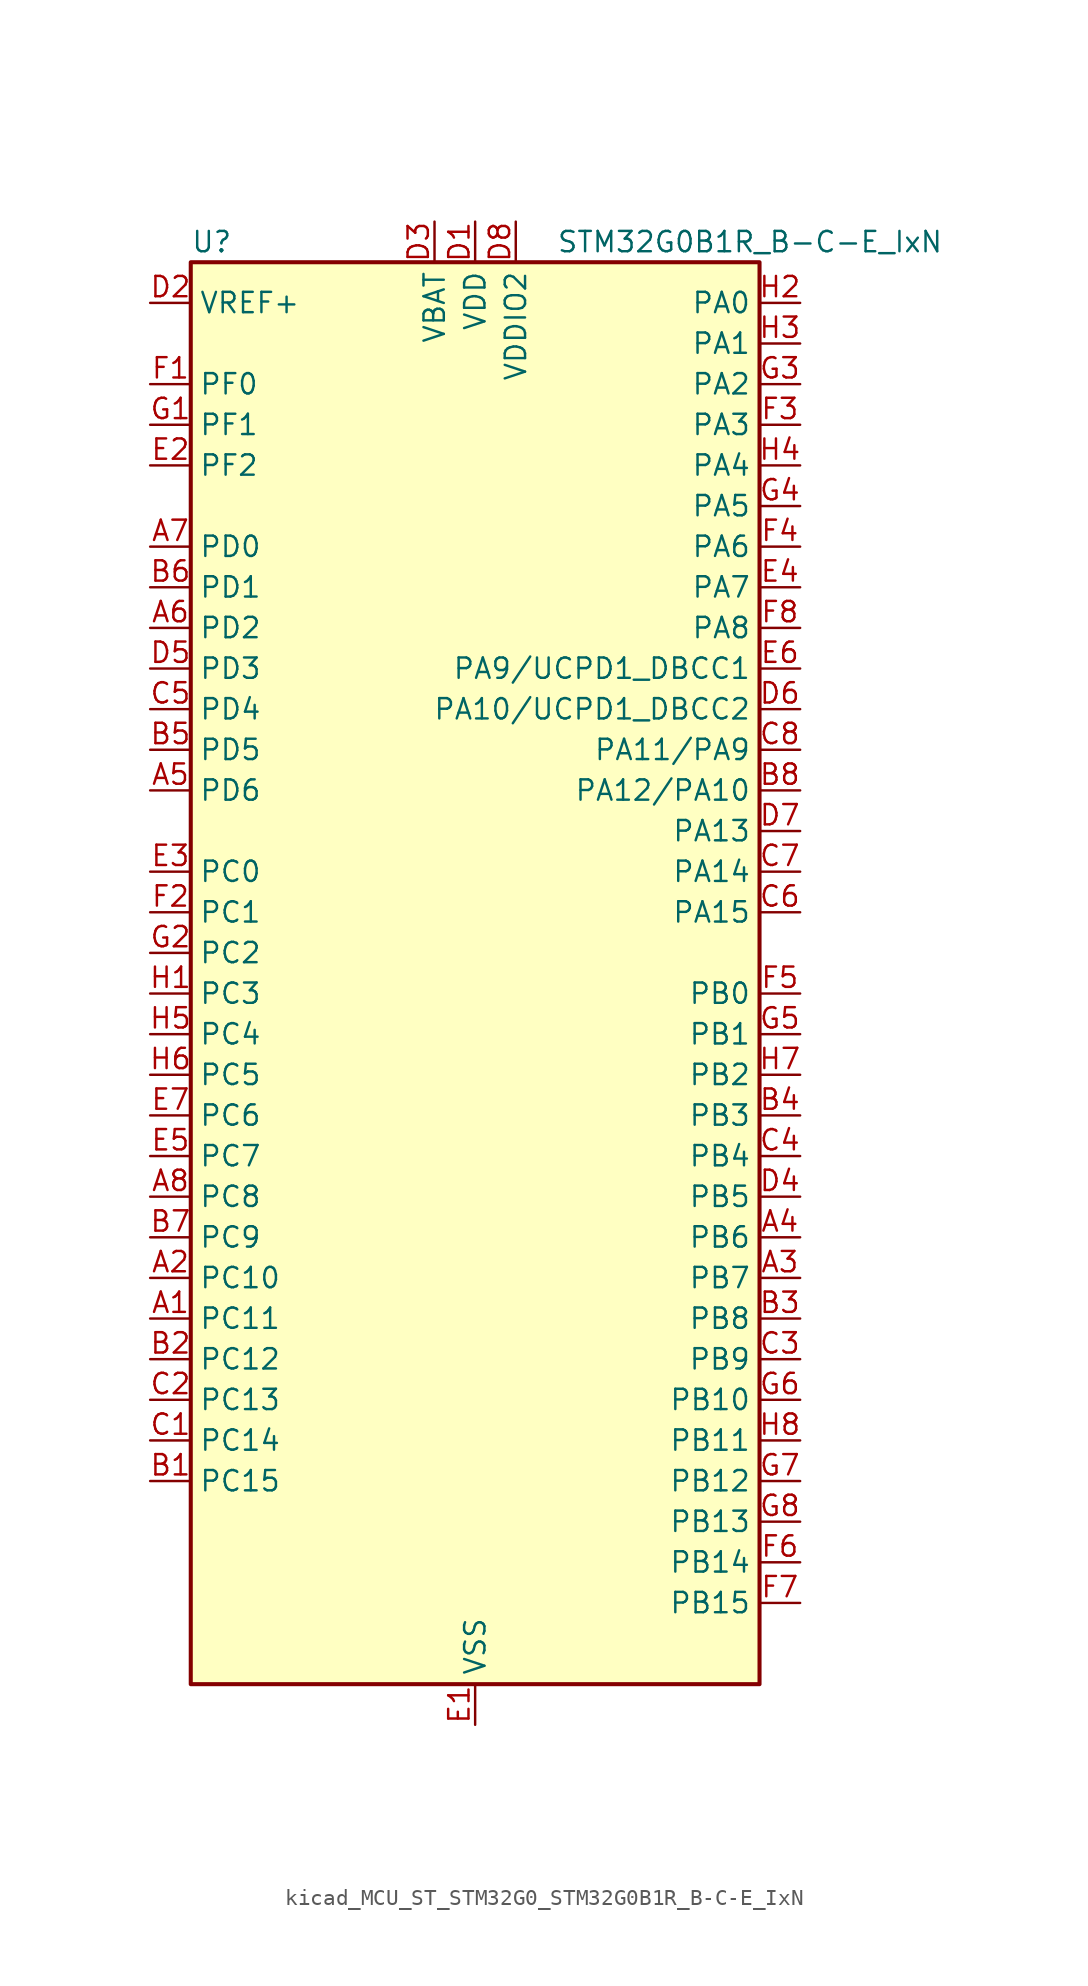
<source format=kicad_sym>
(kicad_symbol_lib
  (version 20220914)
  (generator kicad_symbol_editor)
  (symbol "kicad_MCU_ST_STM32G0_STM32G0B1R_B-C-E_IxN"
    (property "Reference" "U"
      (at -17.78 46.99 0)
      (effects (font (size 1.27 1.27)) (justify left)))
    (property "Value" "STM32G0B1R_B-C-E_IxN"
      (at 5.08 46.99 0)
      (effects (font (size 1.27 1.27)) (justify left)))
    (property "ki_locked" ""
      (at 0 0 0)
      (effects (font (size 1.27 1.27))))
    (symbol "kicad_MCU_ST_STM32G0_STM32G0B1R_B-C-E_IxN_0_1"
      (rectangle (start -17.78 -43.18) (end 17.78 45.72) (stroke (width 0.254) (type default)) (fill (type background))))
    (symbol "kicad_MCU_ST_STM32G0_STM32G0B1R_B-C-E_IxN_1_1"
      (pin bidirectional line (at -20.32 -20.32 0) (length 2.54) (name "PC11" (effects (font (size 1.27 1.27)))) (number "A1" (effects (font (size 1.27 1.27)))) (alternate "ADC1_EXTI11" bidirectional line) (alternate "SPI3_MISO" bidirectional line) (alternate "TIM1_CH4" bidirectional line) (alternate "USART3_RX" bidirectional line) (alternate "USART4_RX" bidirectional line))
      (pin bidirectional line (at -20.32 -17.78 0) (length 2.54) (name "PC10" (effects (font (size 1.27 1.27)))) (number "A2" (effects (font (size 1.27 1.27)))) (alternate "SPI3_SCK" bidirectional line) (alternate "TIM1_CH3" bidirectional line) (alternate "USART3_TX" bidirectional line) (alternate "USART4_TX" bidirectional line))
      (pin bidirectional line (at 20.32 -17.78 180) (length 2.54) (name "PB7" (effects (font (size 1.27 1.27)))) (number "A3" (effects (font (size 1.27 1.27)))) (alternate "COMP2_INM" bidirectional line) (alternate "I2C1_SDA" bidirectional line) (alternate "I2S2_SD" bidirectional line) (alternate "LPTIM1_IN2" bidirectional line) (alternate "LPUART2_RX" bidirectional line) (alternate "SPI2_MOSI" bidirectional line) (alternate "SYS_PVD_IN" bidirectional line) (alternate "TIM17_CH1N" bidirectional line) (alternate "TIM4_CH2" bidirectional line) (alternate "USART1_RX" bidirectional line) (alternate "USART4_CTS" bidirectional line) (alternate "USART4_NSS" bidirectional line))
      (pin bidirectional line (at 20.32 -15.24 180) (length 2.54) (name "PB6" (effects (font (size 1.27 1.27)))) (number "A4" (effects (font (size 1.27 1.27)))) (alternate "COMP2_INP" bidirectional line) (alternate "FDCAN2_TX" bidirectional line) (alternate "I2C1_SCL" bidirectional line) (alternate "I2S2_MCK" bidirectional line) (alternate "LPTIM1_ETR" bidirectional line) (alternate "LPUART2_TX" bidirectional line) (alternate "SPI2_MISO" bidirectional line) (alternate "TIM16_CH1N" bidirectional line) (alternate "TIM1_CH3" bidirectional line) (alternate "TIM4_CH1" bidirectional line) (alternate "USART1_TX" bidirectional line) (alternate "USART5_CTS" bidirectional line) (alternate "USART5_NSS" bidirectional line))
      (pin bidirectional line (at -20.32 12.7 0) (length 2.54) (name "PD6" (effects (font (size 1.27 1.27)))) (number "A5" (effects (font (size 1.27 1.27)))) (alternate "I2S1_SD" bidirectional line) (alternate "LPTIM2_OUT" bidirectional line) (alternate "SPI1_MOSI" bidirectional line) (alternate "USART2_RX" bidirectional line))
      (pin bidirectional line (at -20.32 22.86 0) (length 2.54) (name "PD2" (effects (font (size 1.27 1.27)))) (number "A6" (effects (font (size 1.27 1.27)))) (alternate "TIM1_CH1N" bidirectional line) (alternate "TIM3_ETR" bidirectional line) (alternate "UCPD2_CC2" bidirectional line) (alternate "USART3_CK" bidirectional line) (alternate "USART3_DE" bidirectional line) (alternate "USART3_RTS" bidirectional line) (alternate "USART5_RX" bidirectional line))
      (pin bidirectional line (at -20.32 27.94 0) (length 2.54) (name "PD0" (effects (font (size 1.27 1.27)))) (number "A7" (effects (font (size 1.27 1.27)))) (alternate "FDCAN1_RX" bidirectional line) (alternate "I2S2_WS" bidirectional line) (alternate "SPI2_NSS" bidirectional line) (alternate "TIM16_CH1" bidirectional line) (alternate "UCPD2_CC1" bidirectional line))
      (pin bidirectional line (at -20.32 -12.7 0) (length 2.54) (name "PC8" (effects (font (size 1.27 1.27)))) (number "A8" (effects (font (size 1.27 1.27)))) (alternate "LPUART2_CTS" bidirectional line) (alternate "TIM1_CH1" bidirectional line) (alternate "TIM3_CH3" bidirectional line) (alternate "UCPD2_FRSTX1" bidirectional line) (alternate "UCPD2_FRSTX2" bidirectional line))
      (pin bidirectional line (at -20.32 -30.48 0) (length 2.54) (name "PC15" (effects (font (size 1.27 1.27)))) (number "B1" (effects (font (size 1.27 1.27)))) (alternate "RCC_OSC32_EN" bidirectional line) (alternate "RCC_OSC32_OUT" bidirectional line) (alternate "RCC_OSC_EN" bidirectional line) (alternate "TIM15_BK" bidirectional line))
      (pin bidirectional line (at -20.32 -22.86 0) (length 2.54) (name "PC12" (effects (font (size 1.27 1.27)))) (number "B2" (effects (font (size 1.27 1.27)))) (alternate "LPTIM1_IN1" bidirectional line) (alternate "SPI3_MOSI" bidirectional line) (alternate "TIM14_CH1" bidirectional line) (alternate "UCPD1_FRSTX1" bidirectional line) (alternate "UCPD1_FRSTX2" bidirectional line) (alternate "USART5_TX" bidirectional line))
      (pin bidirectional line (at 20.32 -20.32 180) (length 2.54) (name "PB8" (effects (font (size 1.27 1.27)))) (number "B3" (effects (font (size 1.27 1.27)))) (alternate "CEC" bidirectional line) (alternate "FDCAN1_RX" bidirectional line) (alternate "I2C1_SCL" bidirectional line) (alternate "I2S2_CK" bidirectional line) (alternate "SPI2_SCK" bidirectional line) (alternate "TIM15_BK" bidirectional line) (alternate "TIM16_CH1" bidirectional line) (alternate "TIM4_CH3" bidirectional line) (alternate "USART3_TX" bidirectional line) (alternate "USART6_TX" bidirectional line))
      (pin bidirectional line (at 20.32 -7.62 180) (length 2.54) (name "PB3" (effects (font (size 1.27 1.27)))) (number "B4" (effects (font (size 1.27 1.27)))) (alternate "COMP2_INM" bidirectional line) (alternate "I2C2_SCL" bidirectional line) (alternate "I2C3_SCL" bidirectional line) (alternate "I2S1_CK" bidirectional line) (alternate "SPI1_SCK" bidirectional line) (alternate "SPI3_SCK" bidirectional line) (alternate "TIM1_CH2" bidirectional line) (alternate "TIM2_CH2" bidirectional line) (alternate "USART1_CK" bidirectional line) (alternate "USART1_DE" bidirectional line) (alternate "USART1_RTS" bidirectional line) (alternate "USART5_TX" bidirectional line))
      (pin bidirectional line (at -20.32 15.24 0) (length 2.54) (name "PD5" (effects (font (size 1.27 1.27)))) (number "B5" (effects (font (size 1.27 1.27)))) (alternate "I2S1_MCK" bidirectional line) (alternate "SPI1_MISO" bidirectional line) (alternate "TIM1_BK" bidirectional line) (alternate "USART2_TX" bidirectional line) (alternate "USART5_CTS" bidirectional line) (alternate "USART5_NSS" bidirectional line))
      (pin bidirectional line (at -20.32 25.4 0) (length 2.54) (name "PD1" (effects (font (size 1.27 1.27)))) (number "B6" (effects (font (size 1.27 1.27)))) (alternate "FDCAN1_TX" bidirectional line) (alternate "I2S2_CK" bidirectional line) (alternate "SPI2_SCK" bidirectional line) (alternate "TIM17_CH1" bidirectional line) (alternate "UCPD2_DBCC1" bidirectional line))
      (pin bidirectional line (at -20.32 -15.24 0) (length 2.54) (name "PC9" (effects (font (size 1.27 1.27)))) (number "B7" (effects (font (size 1.27 1.27)))) (alternate "DAC1_EXTI9" bidirectional line) (alternate "I2S_CKIN" bidirectional line) (alternate "LPUART2_DE" bidirectional line) (alternate "LPUART2_RTS" bidirectional line) (alternate "TIM1_CH2" bidirectional line) (alternate "TIM3_CH4" bidirectional line) (alternate "USB_NOE" bidirectional line))
      (pin bidirectional line (at 20.32 12.7 180) (length 2.54) (name "PA12/PA10" (effects (font (size 1.27 1.27)))) (number "B8" (effects (font (size 1.27 1.27)))) (alternate "COMP2_OUT" bidirectional line) (alternate "FDCAN1_TX" bidirectional line) (alternate "I2C2_SDA" bidirectional line) (alternate "I2S1_SD" bidirectional line) (alternate "I2S_CKIN" bidirectional line) (alternate "SPI1_MOSI" bidirectional line) (alternate "TIM1_ETR" bidirectional line) (alternate "USART1_CK" bidirectional line) (alternate "USART1_DE" bidirectional line) (alternate "USART1_RTS" bidirectional line) (alternate "USB_DP" bidirectional line))
      (pin bidirectional line (at -20.32 -27.94 0) (length 2.54) (name "PC14" (effects (font (size 1.27 1.27)))) (number "C1" (effects (font (size 1.27 1.27)))) (alternate "RCC_OSC32_IN" bidirectional line) (alternate "TIM1_BK2" bidirectional line))
      (pin bidirectional line (at -20.32 -25.4 0) (length 2.54) (name "PC13" (effects (font (size 1.27 1.27)))) (number "C2" (effects (font (size 1.27 1.27)))) (alternate "RTC_OUT1" bidirectional line) (alternate "RTC_TAMP_IN1" bidirectional line) (alternate "RTC_TS" bidirectional line) (alternate "SYS_WKUP2" bidirectional line) (alternate "TIM1_BK" bidirectional line))
      (pin bidirectional line (at 20.32 -22.86 180) (length 2.54) (name "PB9" (effects (font (size 1.27 1.27)))) (number "C3" (effects (font (size 1.27 1.27)))) (alternate "DAC1_EXTI9" bidirectional line) (alternate "FDCAN1_TX" bidirectional line) (alternate "I2C1_SDA" bidirectional line) (alternate "I2S2_WS" bidirectional line) (alternate "IR_OUT" bidirectional line) (alternate "SPI2_NSS" bidirectional line) (alternate "TIM17_CH1" bidirectional line) (alternate "TIM4_CH4" bidirectional line) (alternate "UCPD2_FRSTX1" bidirectional line) (alternate "UCPD2_FRSTX2" bidirectional line) (alternate "USART3_RX" bidirectional line) (alternate "USART6_RX" bidirectional line))
      (pin bidirectional line (at 20.32 -10.16 180) (length 2.54) (name "PB4" (effects (font (size 1.27 1.27)))) (number "C4" (effects (font (size 1.27 1.27)))) (alternate "COMP2_INP" bidirectional line) (alternate "I2C2_SDA" bidirectional line) (alternate "I2C3_SDA" bidirectional line) (alternate "I2S1_MCK" bidirectional line) (alternate "SPI1_MISO" bidirectional line) (alternate "SPI3_MISO" bidirectional line) (alternate "TIM17_BK" bidirectional line) (alternate "TIM3_CH1" bidirectional line) (alternate "USART1_CTS" bidirectional line) (alternate "USART1_NSS" bidirectional line) (alternate "USART5_RX" bidirectional line))
      (pin bidirectional line (at -20.32 17.78 0) (length 2.54) (name "PD4" (effects (font (size 1.27 1.27)))) (number "C5" (effects (font (size 1.27 1.27)))) (alternate "I2S2_SD" bidirectional line) (alternate "SPI2_MOSI" bidirectional line) (alternate "TIM1_CH3N" bidirectional line) (alternate "USART2_CK" bidirectional line) (alternate "USART2_DE" bidirectional line) (alternate "USART2_RTS" bidirectional line) (alternate "USART5_CK" bidirectional line) (alternate "USART5_DE" bidirectional line) (alternate "USART5_RTS" bidirectional line))
      (pin bidirectional line (at 20.32 5.08 180) (length 2.54) (name "PA15" (effects (font (size 1.27 1.27)))) (number "C6" (effects (font (size 1.27 1.27)))) (alternate "I2C2_SMBA" bidirectional line) (alternate "I2S1_WS" bidirectional line) (alternate "RCC_MCO_2" bidirectional line) (alternate "SPI1_NSS" bidirectional line) (alternate "SPI3_NSS" bidirectional line) (alternate "TIM2_CH1" bidirectional line) (alternate "TIM2_ETR" bidirectional line) (alternate "USART2_RX" bidirectional line) (alternate "USART3_CK" bidirectional line) (alternate "USART3_DE" bidirectional line) (alternate "USART3_RTS" bidirectional line) (alternate "USART4_CK" bidirectional line) (alternate "USART4_DE" bidirectional line) (alternate "USART4_RTS" bidirectional line) (alternate "USB_NOE" bidirectional line))
      (pin bidirectional line (at 20.32 7.62 180) (length 2.54) (name "PA14" (effects (font (size 1.27 1.27)))) (number "C7" (effects (font (size 1.27 1.27)))) (alternate "LPUART2_TX" bidirectional line) (alternate "SYS_SWCLK" bidirectional line) (alternate "USART2_TX" bidirectional line))
      (pin bidirectional line (at 20.32 15.24 180) (length 2.54) (name "PA11/PA9" (effects (font (size 1.27 1.27)))) (number "C8" (effects (font (size 1.27 1.27)))) (alternate "ADC1_EXTI11" bidirectional line) (alternate "COMP1_OUT" bidirectional line) (alternate "FDCAN1_RX" bidirectional line) (alternate "I2C2_SCL" bidirectional line) (alternate "I2S1_MCK" bidirectional line) (alternate "SPI1_MISO" bidirectional line) (alternate "TIM1_BK2" bidirectional line) (alternate "TIM1_CH4" bidirectional line) (alternate "USART1_CTS" bidirectional line) (alternate "USART1_NSS" bidirectional line) (alternate "USB_DM" bidirectional line))
      (pin power_in line (at 0 48.26 270) (length 2.54) (name "VDD" (effects (font (size 1.27 1.27)))) (number "D1" (effects (font (size 1.27 1.27)))))
      (pin input line (at -20.32 43.18 0) (length 2.54) (name "VREF+" (effects (font (size 1.27 1.27)))) (number "D2" (effects (font (size 1.27 1.27)))) (alternate "VREFBUF_OUT" bidirectional line))
      (pin power_in line (at -2.54 48.26 270) (length 2.54) (name "VBAT" (effects (font (size 1.27 1.27)))) (number "D3" (effects (font (size 1.27 1.27)))))
      (pin bidirectional line (at 20.32 -12.7 180) (length 2.54) (name "PB5" (effects (font (size 1.27 1.27)))) (number "D4" (effects (font (size 1.27 1.27)))) (alternate "COMP2_OUT" bidirectional line) (alternate "FDCAN2_RX" bidirectional line) (alternate "I2C1_SMBA" bidirectional line) (alternate "I2S1_SD" bidirectional line) (alternate "LPTIM1_IN1" bidirectional line) (alternate "SPI1_MOSI" bidirectional line) (alternate "SPI3_MOSI" bidirectional line) (alternate "SYS_WKUP6" bidirectional line) (alternate "TIM16_BK" bidirectional line) (alternate "TIM3_CH2" bidirectional line) (alternate "USART5_CK" bidirectional line) (alternate "USART5_DE" bidirectional line) (alternate "USART5_RTS" bidirectional line))
      (pin bidirectional line (at -20.32 20.32 0) (length 2.54) (name "PD3" (effects (font (size 1.27 1.27)))) (number "D5" (effects (font (size 1.27 1.27)))) (alternate "I2S2_MCK" bidirectional line) (alternate "SPI2_MISO" bidirectional line) (alternate "TIM1_CH2N" bidirectional line) (alternate "UCPD2_DBCC2" bidirectional line) (alternate "USART2_CTS" bidirectional line) (alternate "USART2_NSS" bidirectional line) (alternate "USART5_TX" bidirectional line))
      (pin bidirectional line (at 20.32 17.78 180) (length 2.54) (name "PA10/UCPD1_DBCC2" (effects (font (size 1.27 1.27)))) (number "D6" (effects (font (size 1.27 1.27)))) (alternate "I2C1_SDA" bidirectional line) (alternate "I2C2_SDA" bidirectional line) (alternate "I2S2_SD" bidirectional line) (alternate "RCC_MCO_2" bidirectional line) (alternate "SPI2_MOSI" bidirectional line) (alternate "TIM17_BK" bidirectional line) (alternate "TIM1_CH3" bidirectional line) (alternate "UCPD1_DBCC2" bidirectional line) (alternate "USART1_RX" bidirectional line))
      (pin bidirectional line (at 20.32 10.16 180) (length 2.54) (name "PA13" (effects (font (size 1.27 1.27)))) (number "D7" (effects (font (size 1.27 1.27)))) (alternate "IR_OUT" bidirectional line) (alternate "LPUART2_RX" bidirectional line) (alternate "SYS_SWDIO" bidirectional line) (alternate "USB_NOE" bidirectional line))
      (pin power_in line (at 2.54 48.26 270) (length 2.54) (name "VDDIO2" (effects (font (size 1.27 1.27)))) (number "D8" (effects (font (size 1.27 1.27)))))
      (pin power_in line (at 0 -45.72 90) (length 2.54) (name "VSS" (effects (font (size 1.27 1.27)))) (number "E1" (effects (font (size 1.27 1.27)))))
      (pin bidirectional line (at -20.32 33.02 0) (length 2.54) (name "PF2" (effects (font (size 1.27 1.27)))) (number "E2" (effects (font (size 1.27 1.27)))) (alternate "LPUART2_DE" bidirectional line) (alternate "LPUART2_RTS" bidirectional line) (alternate "LPUART2_TX" bidirectional line) (alternate "RCC_MCO" bidirectional line))
      (pin bidirectional line (at -20.32 7.62 0) (length 2.54) (name "PC0" (effects (font (size 1.27 1.27)))) (number "E3" (effects (font (size 1.27 1.27)))) (alternate "COMP3_INM" bidirectional line) (alternate "COMP3_OUT" bidirectional line) (alternate "I2C3_SCL" bidirectional line) (alternate "LPTIM1_IN1" bidirectional line) (alternate "LPTIM2_IN1" bidirectional line) (alternate "LPUART1_RX" bidirectional line) (alternate "LPUART2_TX" bidirectional line) (alternate "USART6_TX" bidirectional line))
      (pin bidirectional line (at 20.32 25.4 180) (length 2.54) (name "PA7" (effects (font (size 1.27 1.27)))) (number "E4" (effects (font (size 1.27 1.27)))) (alternate "ADC1_IN7" bidirectional line) (alternate "COMP2_OUT" bidirectional line) (alternate "I2C2_SCL" bidirectional line) (alternate "I2C3_SCL" bidirectional line) (alternate "I2S1_SD" bidirectional line) (alternate "SPI1_MOSI" bidirectional line) (alternate "TIM14_CH1" bidirectional line) (alternate "TIM17_CH1" bidirectional line) (alternate "TIM1_CH1N" bidirectional line) (alternate "TIM3_CH2" bidirectional line) (alternate "UCPD1_FRSTX1" bidirectional line) (alternate "UCPD1_FRSTX2" bidirectional line) (alternate "USART6_CK" bidirectional line) (alternate "USART6_DE" bidirectional line) (alternate "USART6_RTS" bidirectional line))
      (pin bidirectional line (at -20.32 -10.16 0) (length 2.54) (name "PC7" (effects (font (size 1.27 1.27)))) (number "E5" (effects (font (size 1.27 1.27)))) (alternate "LPUART2_RX" bidirectional line) (alternate "TIM2_CH4" bidirectional line) (alternate "TIM3_CH2" bidirectional line) (alternate "UCPD2_FRSTX1" bidirectional line) (alternate "UCPD2_FRSTX2" bidirectional line))
      (pin bidirectional line (at 20.32 20.32 180) (length 2.54) (name "PA9/UCPD1_DBCC1" (effects (font (size 1.27 1.27)))) (number "E6" (effects (font (size 1.27 1.27)))) (alternate "DAC1_EXTI9" bidirectional line) (alternate "I2C1_SCL" bidirectional line) (alternate "I2C2_SCL" bidirectional line) (alternate "I2S2_MCK" bidirectional line) (alternate "RCC_MCO" bidirectional line) (alternate "SPI2_MISO" bidirectional line) (alternate "TIM15_BK" bidirectional line) (alternate "TIM1_CH2" bidirectional line) (alternate "UCPD1_DBCC1" bidirectional line) (alternate "USART1_TX" bidirectional line))
      (pin bidirectional line (at -20.32 -7.62 0) (length 2.54) (name "PC6" (effects (font (size 1.27 1.27)))) (number "E7" (effects (font (size 1.27 1.27)))) (alternate "LPUART2_TX" bidirectional line) (alternate "TIM2_CH3" bidirectional line) (alternate "TIM3_CH1" bidirectional line) (alternate "UCPD1_FRSTX1" bidirectional line) (alternate "UCPD1_FRSTX2" bidirectional line))
      (pin passive line (at 0 -45.72 90) (length 2.54) hide (name "VSS" (effects (font (size 1.27 1.27)))) (number "E8" (effects (font (size 1.27 1.27)))))
      (pin bidirectional line (at -20.32 38.1 0) (length 2.54) (name "PF0" (effects (font (size 1.27 1.27)))) (number "F1" (effects (font (size 1.27 1.27)))) (alternate "CRS1_SYNC" bidirectional line) (alternate "RCC_OSC_IN" bidirectional line) (alternate "TIM14_CH1" bidirectional line))
      (pin bidirectional line (at -20.32 5.08 0) (length 2.54) (name "PC1" (effects (font (size 1.27 1.27)))) (number "F2" (effects (font (size 1.27 1.27)))) (alternate "COMP3_INP" bidirectional line) (alternate "I2C3_SDA" bidirectional line) (alternate "LPTIM1_OUT" bidirectional line) (alternate "LPUART1_TX" bidirectional line) (alternate "LPUART2_RX" bidirectional line) (alternate "TIM15_CH1" bidirectional line) (alternate "USART6_RX" bidirectional line))
      (pin bidirectional line (at 20.32 35.56 180) (length 2.54) (name "PA3" (effects (font (size 1.27 1.27)))) (number "F3" (effects (font (size 1.27 1.27)))) (alternate "ADC1_IN3" bidirectional line) (alternate "COMP2_INP" bidirectional line) (alternate "I2S2_MCK" bidirectional line) (alternate "LPUART1_RX" bidirectional line) (alternate "SPI2_MISO" bidirectional line) (alternate "TIM15_CH2" bidirectional line) (alternate "TIM2_CH4" bidirectional line) (alternate "UCPD2_FRSTX1" bidirectional line) (alternate "UCPD2_FRSTX2" bidirectional line) (alternate "USART2_RX" bidirectional line))
      (pin bidirectional line (at 20.32 27.94 180) (length 2.54) (name "PA6" (effects (font (size 1.27 1.27)))) (number "F4" (effects (font (size 1.27 1.27)))) (alternate "ADC1_IN6" bidirectional line) (alternate "COMP1_OUT" bidirectional line) (alternate "I2C2_SDA" bidirectional line) (alternate "I2C3_SDA" bidirectional line) (alternate "I2S1_MCK" bidirectional line) (alternate "LPUART1_CTS" bidirectional line) (alternate "SPI1_MISO" bidirectional line) (alternate "TIM16_CH1" bidirectional line) (alternate "TIM1_BK" bidirectional line) (alternate "TIM3_CH1" bidirectional line) (alternate "USART3_CTS" bidirectional line) (alternate "USART3_NSS" bidirectional line) (alternate "USART6_CTS" bidirectional line) (alternate "USART6_NSS" bidirectional line))
      (pin bidirectional line (at 20.32 0 180) (length 2.54) (name "PB0" (effects (font (size 1.27 1.27)))) (number "F5" (effects (font (size 1.27 1.27)))) (alternate "ADC1_IN8" bidirectional line) (alternate "COMP1_OUT" bidirectional line) (alternate "COMP3_INP" bidirectional line) (alternate "FDCAN2_RX" bidirectional line) (alternate "I2S1_WS" bidirectional line) (alternate "LPTIM1_OUT" bidirectional line) (alternate "LPUART2_CTS" bidirectional line) (alternate "SPI1_NSS" bidirectional line) (alternate "TIM1_CH2N" bidirectional line) (alternate "TIM3_CH3" bidirectional line) (alternate "UCPD1_FRSTX1" bidirectional line) (alternate "UCPD1_FRSTX2" bidirectional line) (alternate "USART3_RX" bidirectional line) (alternate "USART5_TX" bidirectional line))
      (pin bidirectional line (at 20.32 -35.56 180) (length 2.54) (name "PB14" (effects (font (size 1.27 1.27)))) (number "F6" (effects (font (size 1.27 1.27)))) (alternate "I2C2_SDA" bidirectional line) (alternate "I2S2_MCK" bidirectional line) (alternate "SPI2_MISO" bidirectional line) (alternate "TIM15_CH1" bidirectional line) (alternate "TIM1_CH2N" bidirectional line) (alternate "UCPD1_FRSTX1" bidirectional line) (alternate "UCPD1_FRSTX2" bidirectional line) (alternate "USART3_CK" bidirectional line) (alternate "USART3_DE" bidirectional line) (alternate "USART3_RTS" bidirectional line) (alternate "USART6_CK" bidirectional line) (alternate "USART6_DE" bidirectional line) (alternate "USART6_RTS" bidirectional line))
      (pin bidirectional line (at 20.32 -38.1 180) (length 2.54) (name "PB15" (effects (font (size 1.27 1.27)))) (number "F7" (effects (font (size 1.27 1.27)))) (alternate "I2S2_SD" bidirectional line) (alternate "RTC_REFIN" bidirectional line) (alternate "SPI2_MOSI" bidirectional line) (alternate "TIM15_CH1N" bidirectional line) (alternate "TIM15_CH2" bidirectional line) (alternate "TIM1_CH3N" bidirectional line) (alternate "UCPD1_CC2" bidirectional line) (alternate "USART6_CTS" bidirectional line) (alternate "USART6_NSS" bidirectional line))
      (pin bidirectional line (at 20.32 22.86 180) (length 2.54) (name "PA8" (effects (font (size 1.27 1.27)))) (number "F8" (effects (font (size 1.27 1.27)))) (alternate "CRS1_SYNC" bidirectional line) (alternate "I2C2_SMBA" bidirectional line) (alternate "I2S2_WS" bidirectional line) (alternate "LPTIM2_OUT" bidirectional line) (alternate "RCC_MCO" bidirectional line) (alternate "SPI2_NSS" bidirectional line) (alternate "TIM1_CH1" bidirectional line) (alternate "UCPD1_CC1" bidirectional line))
      (pin bidirectional line (at -20.32 35.56 0) (length 2.54) (name "PF1" (effects (font (size 1.27 1.27)))) (number "G1" (effects (font (size 1.27 1.27)))) (alternate "RCC_OSC_EN" bidirectional line) (alternate "RCC_OSC_OUT" bidirectional line) (alternate "TIM15_CH1N" bidirectional line))
      (pin bidirectional line (at -20.32 2.54 0) (length 2.54) (name "PC2" (effects (font (size 1.27 1.27)))) (number "G2" (effects (font (size 1.27 1.27)))) (alternate "COMP3_OUT" bidirectional line) (alternate "FDCAN2_RX" bidirectional line) (alternate "I2S2_MCK" bidirectional line) (alternate "LPTIM1_IN2" bidirectional line) (alternate "SPI2_MISO" bidirectional line) (alternate "TIM15_CH2" bidirectional line))
      (pin bidirectional line (at 20.32 38.1 180) (length 2.54) (name "PA2" (effects (font (size 1.27 1.27)))) (number "G3" (effects (font (size 1.27 1.27)))) (alternate "ADC1_IN2" bidirectional line) (alternate "COMP2_INM" bidirectional line) (alternate "COMP2_OUT" bidirectional line) (alternate "I2S1_SD" bidirectional line) (alternate "LPUART1_TX" bidirectional line) (alternate "RCC_LSCO" bidirectional line) (alternate "SPI1_MOSI" bidirectional line) (alternate "SYS_WKUP4" bidirectional line) (alternate "TIM15_CH1" bidirectional line) (alternate "TIM2_CH3" bidirectional line) (alternate "UCPD1_FRSTX1" bidirectional line) (alternate "UCPD1_FRSTX2" bidirectional line) (alternate "USART2_TX" bidirectional line))
      (pin bidirectional line (at 20.32 30.48 180) (length 2.54) (name "PA5" (effects (font (size 1.27 1.27)))) (number "G4" (effects (font (size 1.27 1.27)))) (alternate "ADC1_IN5" bidirectional line) (alternate "CEC" bidirectional line) (alternate "DAC1_OUT2" bidirectional line) (alternate "I2S1_CK" bidirectional line) (alternate "LPTIM2_ETR" bidirectional line) (alternate "SPI1_SCK" bidirectional line) (alternate "TIM2_CH1" bidirectional line) (alternate "TIM2_ETR" bidirectional line) (alternate "UCPD1_FRSTX1" bidirectional line) (alternate "UCPD1_FRSTX2" bidirectional line) (alternate "USART3_TX" bidirectional line) (alternate "USART6_RX" bidirectional line))
      (pin bidirectional line (at 20.32 -2.54 180) (length 2.54) (name "PB1" (effects (font (size 1.27 1.27)))) (number "G5" (effects (font (size 1.27 1.27)))) (alternate "ADC1_IN9" bidirectional line) (alternate "COMP1_INM" bidirectional line) (alternate "COMP3_OUT" bidirectional line) (alternate "FDCAN2_TX" bidirectional line) (alternate "LPTIM2_IN1" bidirectional line) (alternate "LPUART1_DE" bidirectional line) (alternate "LPUART1_RTS" bidirectional line) (alternate "LPUART2_DE" bidirectional line) (alternate "LPUART2_RTS" bidirectional line) (alternate "TIM14_CH1" bidirectional line) (alternate "TIM1_CH3N" bidirectional line) (alternate "TIM3_CH4" bidirectional line) (alternate "USART3_CK" bidirectional line) (alternate "USART3_DE" bidirectional line) (alternate "USART3_RTS" bidirectional line) (alternate "USART5_RX" bidirectional line))
      (pin bidirectional line (at 20.32 -25.4 180) (length 2.54) (name "PB10" (effects (font (size 1.27 1.27)))) (number "G6" (effects (font (size 1.27 1.27)))) (alternate "ADC1_IN11" bidirectional line) (alternate "CEC" bidirectional line) (alternate "COMP1_OUT" bidirectional line) (alternate "I2C2_SCL" bidirectional line) (alternate "I2S2_CK" bidirectional line) (alternate "LPUART1_RX" bidirectional line) (alternate "SPI2_SCK" bidirectional line) (alternate "TIM2_CH3" bidirectional line) (alternate "USART3_TX" bidirectional line))
      (pin bidirectional line (at 20.32 -30.48 180) (length 2.54) (name "PB12" (effects (font (size 1.27 1.27)))) (number "G7" (effects (font (size 1.27 1.27)))) (alternate "ADC1_IN16" bidirectional line) (alternate "FDCAN2_RX" bidirectional line) (alternate "I2C2_SMBA" bidirectional line) (alternate "I2S2_WS" bidirectional line) (alternate "LPUART1_DE" bidirectional line) (alternate "LPUART1_RTS" bidirectional line) (alternate "SPI2_NSS" bidirectional line) (alternate "TIM15_BK" bidirectional line) (alternate "TIM1_BK" bidirectional line) (alternate "UCPD2_FRSTX1" bidirectional line) (alternate "UCPD2_FRSTX2" bidirectional line))
      (pin bidirectional line (at 20.32 -33.02 180) (length 2.54) (name "PB13" (effects (font (size 1.27 1.27)))) (number "G8" (effects (font (size 1.27 1.27)))) (alternate "FDCAN2_TX" bidirectional line) (alternate "I2C2_SCL" bidirectional line) (alternate "I2S2_CK" bidirectional line) (alternate "LPUART1_CTS" bidirectional line) (alternate "SPI2_SCK" bidirectional line) (alternate "TIM15_CH1N" bidirectional line) (alternate "TIM1_CH1N" bidirectional line) (alternate "USART3_CTS" bidirectional line) (alternate "USART3_NSS" bidirectional line))
      (pin bidirectional line (at -20.32 0 0) (length 2.54) (name "PC3" (effects (font (size 1.27 1.27)))) (number "H1" (effects (font (size 1.27 1.27)))) (alternate "FDCAN2_TX" bidirectional line) (alternate "I2S2_SD" bidirectional line) (alternate "LPTIM1_ETR" bidirectional line) (alternate "LPTIM2_ETR" bidirectional line) (alternate "SPI2_MOSI" bidirectional line))
      (pin bidirectional line (at 20.32 43.18 180) (length 2.54) (name "PA0" (effects (font (size 1.27 1.27)))) (number "H2" (effects (font (size 1.27 1.27)))) (alternate "ADC1_IN0" bidirectional line) (alternate "COMP1_INM" bidirectional line) (alternate "COMP1_OUT" bidirectional line) (alternate "I2S2_CK" bidirectional line) (alternate "LPTIM1_OUT" bidirectional line) (alternate "RTC_TAMP_IN2" bidirectional line) (alternate "SPI2_SCK" bidirectional line) (alternate "SYS_WKUP1" bidirectional line) (alternate "TIM2_CH1" bidirectional line) (alternate "TIM2_ETR" bidirectional line) (alternate "UCPD2_FRSTX1" bidirectional line) (alternate "UCPD2_FRSTX2" bidirectional line) (alternate "USART2_CTS" bidirectional line) (alternate "USART2_NSS" bidirectional line) (alternate "USART4_TX" bidirectional line))
      (pin bidirectional line (at 20.32 40.64 180) (length 2.54) (name "PA1" (effects (font (size 1.27 1.27)))) (number "H3" (effects (font (size 1.27 1.27)))) (alternate "ADC1_IN1" bidirectional line) (alternate "COMP1_INP" bidirectional line) (alternate "I2C1_SMBA" bidirectional line) (alternate "I2S1_CK" bidirectional line) (alternate "SPI1_SCK" bidirectional line) (alternate "TIM15_CH1N" bidirectional line) (alternate "TIM2_CH2" bidirectional line) (alternate "USART2_CK" bidirectional line) (alternate "USART2_DE" bidirectional line) (alternate "USART2_RTS" bidirectional line) (alternate "USART4_RX" bidirectional line))
      (pin bidirectional line (at 20.32 33.02 180) (length 2.54) (name "PA4" (effects (font (size 1.27 1.27)))) (number "H4" (effects (font (size 1.27 1.27)))) (alternate "ADC1_IN4" bidirectional line) (alternate "DAC1_OUT1" bidirectional line) (alternate "I2S1_WS" bidirectional line) (alternate "I2S2_SD" bidirectional line) (alternate "LPTIM2_OUT" bidirectional line) (alternate "RTC_OUT2" bidirectional line) (alternate "SPI1_NSS" bidirectional line) (alternate "SPI2_MOSI" bidirectional line) (alternate "SPI3_NSS" bidirectional line) (alternate "TIM14_CH1" bidirectional line) (alternate "UCPD2_FRSTX1" bidirectional line) (alternate "UCPD2_FRSTX2" bidirectional line) (alternate "USART6_TX" bidirectional line) (alternate "USB_NOE" bidirectional line))
      (pin bidirectional line (at -20.32 -2.54 0) (length 2.54) (name "PC4" (effects (font (size 1.27 1.27)))) (number "H5" (effects (font (size 1.27 1.27)))) (alternate "ADC1_IN17" bidirectional line) (alternate "COMP1_INM" bidirectional line) (alternate "FDCAN1_RX" bidirectional line) (alternate "TIM2_CH1" bidirectional line) (alternate "TIM2_ETR" bidirectional line) (alternate "USART1_TX" bidirectional line) (alternate "USART3_TX" bidirectional line))
      (pin bidirectional line (at -20.32 -5.08 0) (length 2.54) (name "PC5" (effects (font (size 1.27 1.27)))) (number "H6" (effects (font (size 1.27 1.27)))) (alternate "ADC1_IN18" bidirectional line) (alternate "COMP1_INP" bidirectional line) (alternate "FDCAN1_TX" bidirectional line) (alternate "SYS_WKUP5" bidirectional line) (alternate "TIM2_CH2" bidirectional line) (alternate "USART1_RX" bidirectional line) (alternate "USART3_RX" bidirectional line))
      (pin bidirectional line (at 20.32 -5.08 180) (length 2.54) (name "PB2" (effects (font (size 1.27 1.27)))) (number "H7" (effects (font (size 1.27 1.27)))) (alternate "ADC1_IN10" bidirectional line) (alternate "COMP1_INP" bidirectional line) (alternate "COMP3_INM" bidirectional line) (alternate "I2S2_MCK" bidirectional line) (alternate "LPTIM1_OUT" bidirectional line) (alternate "RCC_MCO_2" bidirectional line) (alternate "SPI2_MISO" bidirectional line) (alternate "USART3_TX" bidirectional line))
      (pin bidirectional line (at 20.32 -27.94 180) (length 2.54) (name "PB11" (effects (font (size 1.27 1.27)))) (number "H8" (effects (font (size 1.27 1.27)))) (alternate "ADC1_EXTI11" bidirectional line) (alternate "ADC1_IN15" bidirectional line) (alternate "COMP2_OUT" bidirectional line) (alternate "I2C2_SDA" bidirectional line) (alternate "I2S2_SD" bidirectional line) (alternate "LPUART1_TX" bidirectional line) (alternate "SPI2_MOSI" bidirectional line) (alternate "TIM2_CH4" bidirectional line) (alternate "USART3_RX" bidirectional line)))))
</source>
